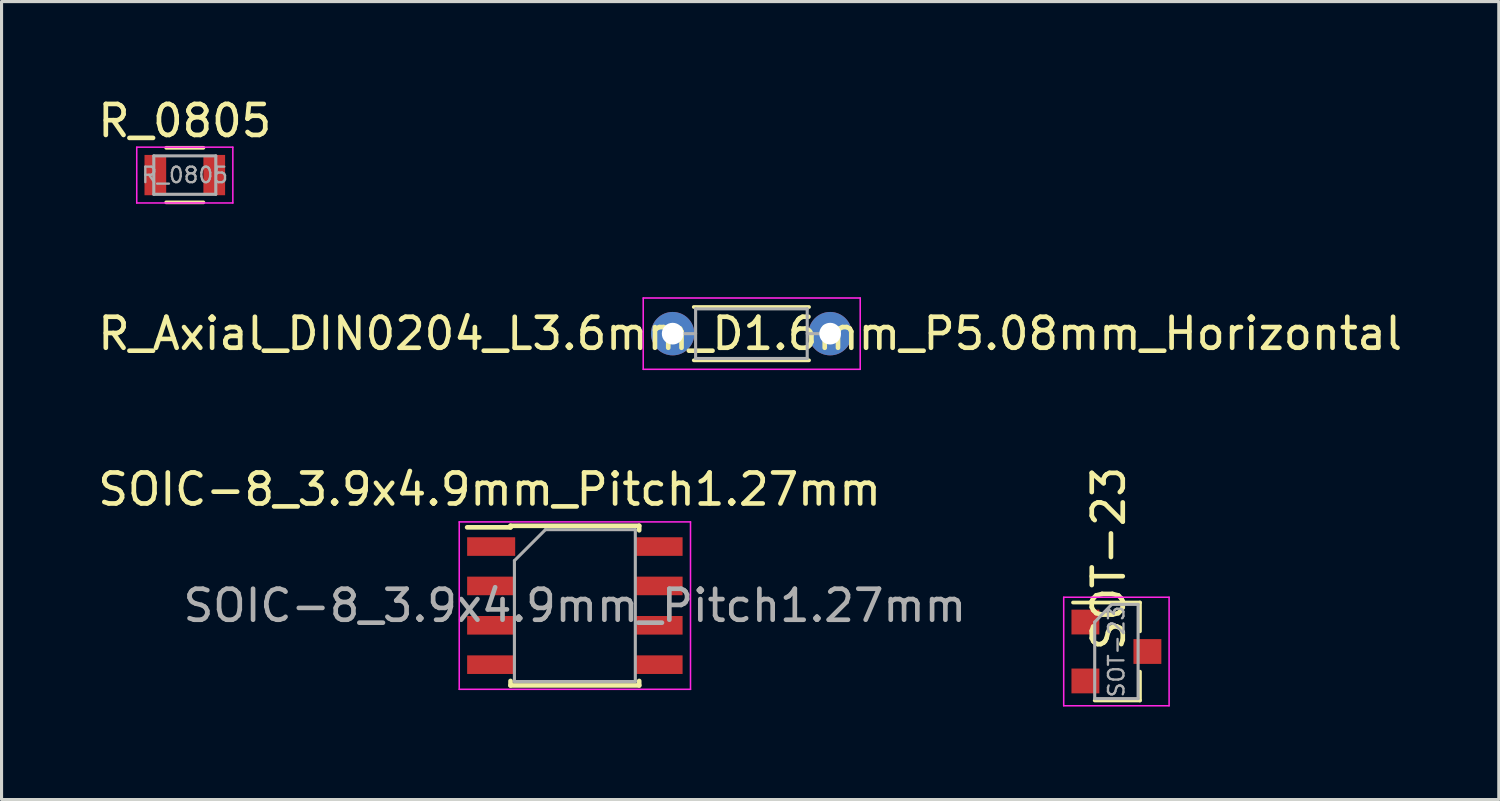
<source format=kicad_pcb>
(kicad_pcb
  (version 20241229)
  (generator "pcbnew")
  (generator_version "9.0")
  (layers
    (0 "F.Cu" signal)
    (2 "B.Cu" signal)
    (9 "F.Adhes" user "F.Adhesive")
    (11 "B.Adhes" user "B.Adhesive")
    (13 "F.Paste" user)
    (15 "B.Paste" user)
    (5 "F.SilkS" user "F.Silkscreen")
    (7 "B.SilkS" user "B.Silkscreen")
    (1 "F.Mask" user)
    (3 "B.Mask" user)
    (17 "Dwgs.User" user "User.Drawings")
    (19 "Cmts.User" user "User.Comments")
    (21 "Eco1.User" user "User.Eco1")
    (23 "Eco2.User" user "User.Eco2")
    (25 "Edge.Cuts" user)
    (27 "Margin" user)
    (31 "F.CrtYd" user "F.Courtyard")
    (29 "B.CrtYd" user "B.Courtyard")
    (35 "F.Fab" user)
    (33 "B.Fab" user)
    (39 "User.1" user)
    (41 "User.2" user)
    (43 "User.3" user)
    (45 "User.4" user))
  (footprint "R_0805"
    (layer "F.Cu")
    (at 2.911 2.598)
    (property "Reference" "R_0805" (at 0 -1.75 0) (layer "F.SilkS") (effects (font (size 1 1) (thickness 0.15))))
    (attr smd)
    (fp_line (start -0.6 -0.88) (end 0.6 -0.88) (stroke (width 0.12) (type solid)) (layer "F.SilkS"))
    (fp_line (start 0.6 0.88) (end -0.6 0.88) (stroke (width 0.12) (type solid)) (layer "F.SilkS"))
    (fp_line (start -1.55 -0.9) (end -1.55 0.9) (stroke (width 0.05) (type solid)) (layer "F.CrtYd"))
    (fp_line (start -1.55 -0.9) (end 1.55 -0.9) (stroke (width 0.05) (type solid)) (layer "F.CrtYd"))
    (fp_line (start 1.55 0.9) (end -1.55 0.9) (stroke (width 0.05) (type solid)) (layer "F.CrtYd"))
    (fp_line (start 1.55 0.9) (end 1.55 -0.9) (stroke (width 0.05) (type solid)) (layer "F.CrtYd"))
    (fp_line (start -1 -0.62) (end 1 -0.62) (stroke (width 0.1) (type solid)) (layer "F.Fab"))
    (fp_line (start -1 0.62) (end -1 -0.62) (stroke (width 0.1) (type solid)) (layer "F.Fab"))
    (fp_line (start 1 -0.62) (end 1 0.62) (stroke (width 0.1) (type solid)) (layer "F.Fab"))
    (fp_line (start 1 0.62) (end -1 0.62) (stroke (width 0.1) (type solid)) (layer "F.Fab"))
    (fp_text user "${REFERENCE}" (at 0 0 0) (layer "F.Fab") (effects (font (size 0.5 0.5) (thickness 0.075))))
    (pad "1" smd rect (at -0.95 0) (size 0.7 1.3) (layers "F.Cu" "F.Mask" "F.Paste"))
    (pad "2" smd rect (at 0.95 0) (size 0.7 1.3) (layers "F.Cu" "F.Mask" "F.Paste")))
  (footprint "SOT-23"
    (layer "F.Cu")
    (at 32.963 17.966)
    (property "Reference" "SOT-23" (at -0.25 -3 90) (layer "F.SilkS") (effects (font (size 1 1) (thickness 0.15))))
    (attr smd)
    (fp_line (start 0.76 -1.58) (end -1.4 -1.58) (stroke (width 0.12) (type solid)) (layer "F.SilkS"))
    (fp_line (start 0.76 -1.58) (end 0.76 -0.65) (stroke (width 0.12) (type solid)) (layer "F.SilkS"))
    (fp_line (start 0.76 1.58) (end -0.7 1.58) (stroke (width 0.12) (type solid)) (layer "F.SilkS"))
    (fp_line (start 0.76 1.58) (end 0.76 0.65) (stroke (width 0.12) (type solid)) (layer "F.SilkS"))
    (fp_line (start -1.7 -1.75) (end 1.7 -1.75) (stroke (width 0.05) (type solid)) (layer "F.CrtYd"))
    (fp_line (start -1.7 1.75) (end -1.7 -1.75) (stroke (width 0.05) (type solid)) (layer "F.CrtYd"))
    (fp_line (start 1.7 -1.75) (end 1.7 1.75) (stroke (width 0.05) (type solid)) (layer "F.CrtYd"))
    (fp_line (start 1.7 1.75) (end -1.7 1.75) (stroke (width 0.05) (type solid)) (layer "F.CrtYd"))
    (fp_line (start -0.7 -0.95) (end -0.7 1.5) (stroke (width 0.1) (type solid)) (layer "F.Fab"))
    (fp_line (start -0.7 -0.95) (end -0.15 -1.52) (stroke (width 0.1) (type solid)) (layer "F.Fab"))
    (fp_line (start -0.7 1.52) (end 0.7 1.52) (stroke (width 0.1) (type solid)) (layer "F.Fab"))
    (fp_line (start -0.15 -1.52) (end 0.7 -1.52) (stroke (width 0.1) (type solid)) (layer "F.Fab"))
    (fp_line (start 0.7 -1.52) (end 0.7 1.52) (stroke (width 0.1) (type solid)) (layer "F.Fab"))
    (fp_text user "${REFERENCE}" (at 0 0 90) (layer "F.Fab") (effects (font (size 0.5 0.5) (thickness 0.075))))
    (pad "1" smd rect (at -1 -0.95) (size 0.9 0.8) (layers "F.Cu" "F.Mask" "F.Paste"))
    (pad "2" smd rect (at -1 0.95) (size 0.9 0.8) (layers "F.Cu" "F.Mask" "F.Paste"))
    (pad "3" smd rect (at 1 0) (size 0.9 0.8) (layers "F.Cu" "F.Mask" "F.Paste")))
  (footprint "R_Axial_DIN0204_L3.6mm_D1.6mm_P5.08mm_Horizontal"
    (layer "F.Cu")
    (at 18.649 7.713)
    (property "Reference" "R_Axial_DIN0204_L3.6mm_D1.6mm_P5.08mm_Horizontal" (at 2.5 0 0) (layer "F.SilkS") (effects (font (size 1 1) (thickness 0.15))))
    (attr through_hole)
    (fp_line (start 0.68 -0.86) (end 4.4 -0.86) (stroke (width 0.12) (type solid)) (layer "F.SilkS"))
    (fp_line (start 0.68 0.86) (end 4.4 0.86) (stroke (width 0.12) (type solid)) (layer "F.SilkS"))
    (fp_line (start -0.95 -1.15) (end -0.95 1.15) (stroke (width 0.05) (type solid)) (layer "F.CrtYd"))
    (fp_line (start -0.95 1.15) (end 6.05 1.15) (stroke (width 0.05) (type solid)) (layer "F.CrtYd"))
    (fp_line (start 6.05 -1.15) (end -0.95 -1.15) (stroke (width 0.05) (type solid)) (layer "F.CrtYd"))
    (fp_line (start 6.05 1.15) (end 6.05 -1.15) (stroke (width 0.05) (type solid)) (layer "F.CrtYd"))
    (fp_line (start 0 0) (end 0.74 0) (stroke (width 0.1) (type solid)) (layer "F.Fab"))
    (fp_line (start 0.74 -0.8) (end 0.74 0.8) (stroke (width 0.1) (type solid)) (layer "F.Fab"))
    (fp_line (start 0.74 0.8) (end 4.34 0.8) (stroke (width 0.1) (type solid)) (layer "F.Fab"))
    (fp_line (start 4.34 -0.8) (end 0.74 -0.8) (stroke (width 0.1) (type solid)) (layer "F.Fab"))
    (fp_line (start 4.34 0.8) (end 4.34 -0.8) (stroke (width 0.1) (type solid)) (layer "F.Fab"))
    (fp_line (start 5.08 0) (end 4.34 0) (stroke (width 0.1) (type solid)) (layer "F.Fab"))
    (pad "1" thru_hole circle (at 0 0) (size 1.4 1.4) (drill 0.7) (layers "*.Cu" "*.Mask"))
    (pad "2" thru_hole oval (at 5.08 0) (size 1.4 1.4) (drill 0.7) (layers "*.Cu" "*.Mask")))
  (footprint "SOIC-8_3.9x4.9mm_Pitch1.27mm"
    (layer "F.Cu")
    (at 15.494 16.486)
    (property "Reference" "SOIC-8_3.9x4.9mm_Pitch1.27mm" (at -2.75 -3.75 0) (layer "F.SilkS") (effects (font (size 1 1) (thickness 0.15))))
    (attr smd)
    (fp_line (start -2.075 -2.575) (end -2.075 -2.525) (stroke (width 0.15) (type solid)) (layer "F.SilkS"))
    (fp_line (start -2.075 -2.575) (end 2.075 -2.575) (stroke (width 0.15) (type solid)) (layer "F.SilkS"))
    (fp_line (start -2.075 -2.525) (end -3.475 -2.525) (stroke (width 0.15) (type solid)) (layer "F.SilkS"))
    (fp_line (start -2.075 2.575) (end -2.075 2.43) (stroke (width 0.15) (type solid)) (layer "F.SilkS"))
    (fp_line (start -2.075 2.575) (end 2.075 2.575) (stroke (width 0.15) (type solid)) (layer "F.SilkS"))
    (fp_line (start 2.075 -2.575) (end 2.075 -2.43) (stroke (width 0.15) (type solid)) (layer "F.SilkS"))
    (fp_line (start 2.075 2.575) (end 2.075 2.43) (stroke (width 0.15) (type solid)) (layer "F.SilkS"))
    (fp_line (start -3.73 -2.7) (end -3.73 2.7) (stroke (width 0.05) (type solid)) (layer "F.CrtYd"))
    (fp_line (start -3.73 -2.7) (end 3.73 -2.7) (stroke (width 0.05) (type solid)) (layer "F.CrtYd"))
    (fp_line (start -3.73 2.7) (end 3.73 2.7) (stroke (width 0.05) (type solid)) (layer "F.CrtYd"))
    (fp_line (start 3.73 -2.7) (end 3.73 2.7) (stroke (width 0.05) (type solid)) (layer "F.CrtYd"))
    (fp_line (start -1.95 -1.45) (end -0.95 -2.45) (stroke (width 0.1) (type solid)) (layer "F.Fab"))
    (fp_line (start -1.95 2.45) (end -1.95 -1.45) (stroke (width 0.1) (type solid)) (layer "F.Fab"))
    (fp_line (start -0.95 -2.45) (end 1.95 -2.45) (stroke (width 0.1) (type solid)) (layer "F.Fab"))
    (fp_line (start 1.95 -2.45) (end 1.95 2.45) (stroke (width 0.1) (type solid)) (layer "F.Fab"))
    (fp_line (start 1.95 2.45) (end -1.95 2.45) (stroke (width 0.1) (type solid)) (layer "F.Fab"))
    (fp_text user "${REFERENCE}" (at 0 0 0) (layer "F.Fab") (effects (font (size 1 1) (thickness 0.15))))
    (pad "1" smd rect (at -2.7 -1.905) (size 1.55 0.6) (layers "F.Cu" "F.Mask" "F.Paste"))
    (pad "2" smd rect (at -2.7 -0.635) (size 1.55 0.6) (layers "F.Cu" "F.Mask" "F.Paste"))
    (pad "3" smd rect (at -2.7 0.635) (size 1.55 0.6) (layers "F.Cu" "F.Mask" "F.Paste"))
    (pad "4" smd rect (at -2.7 1.905) (size 1.55 0.6) (layers "F.Cu" "F.Mask" "F.Paste"))
    (pad "5" smd rect (at 2.7 1.905) (size 1.55 0.6) (layers "F.Cu" "F.Mask" "F.Paste"))
    (pad "6" smd rect (at 2.7 0.635) (size 1.55 0.6) (layers "F.Cu" "F.Mask" "F.Paste"))
    (pad "7" smd rect (at 2.7 -0.635) (size 1.55 0.6) (layers "F.Cu" "F.Mask" "F.Paste"))
    (pad "8" smd rect (at 2.7 -1.905) (size 1.55 0.6) (layers "F.Cu" "F.Mask" "F.Paste")))
  (gr_rect
    (start -3 -3)
    (end 45.298 22.741)
    (stroke (width 0.1) (type default))
    (fill no)
    (layer "Edge.Cuts")))
</source>
